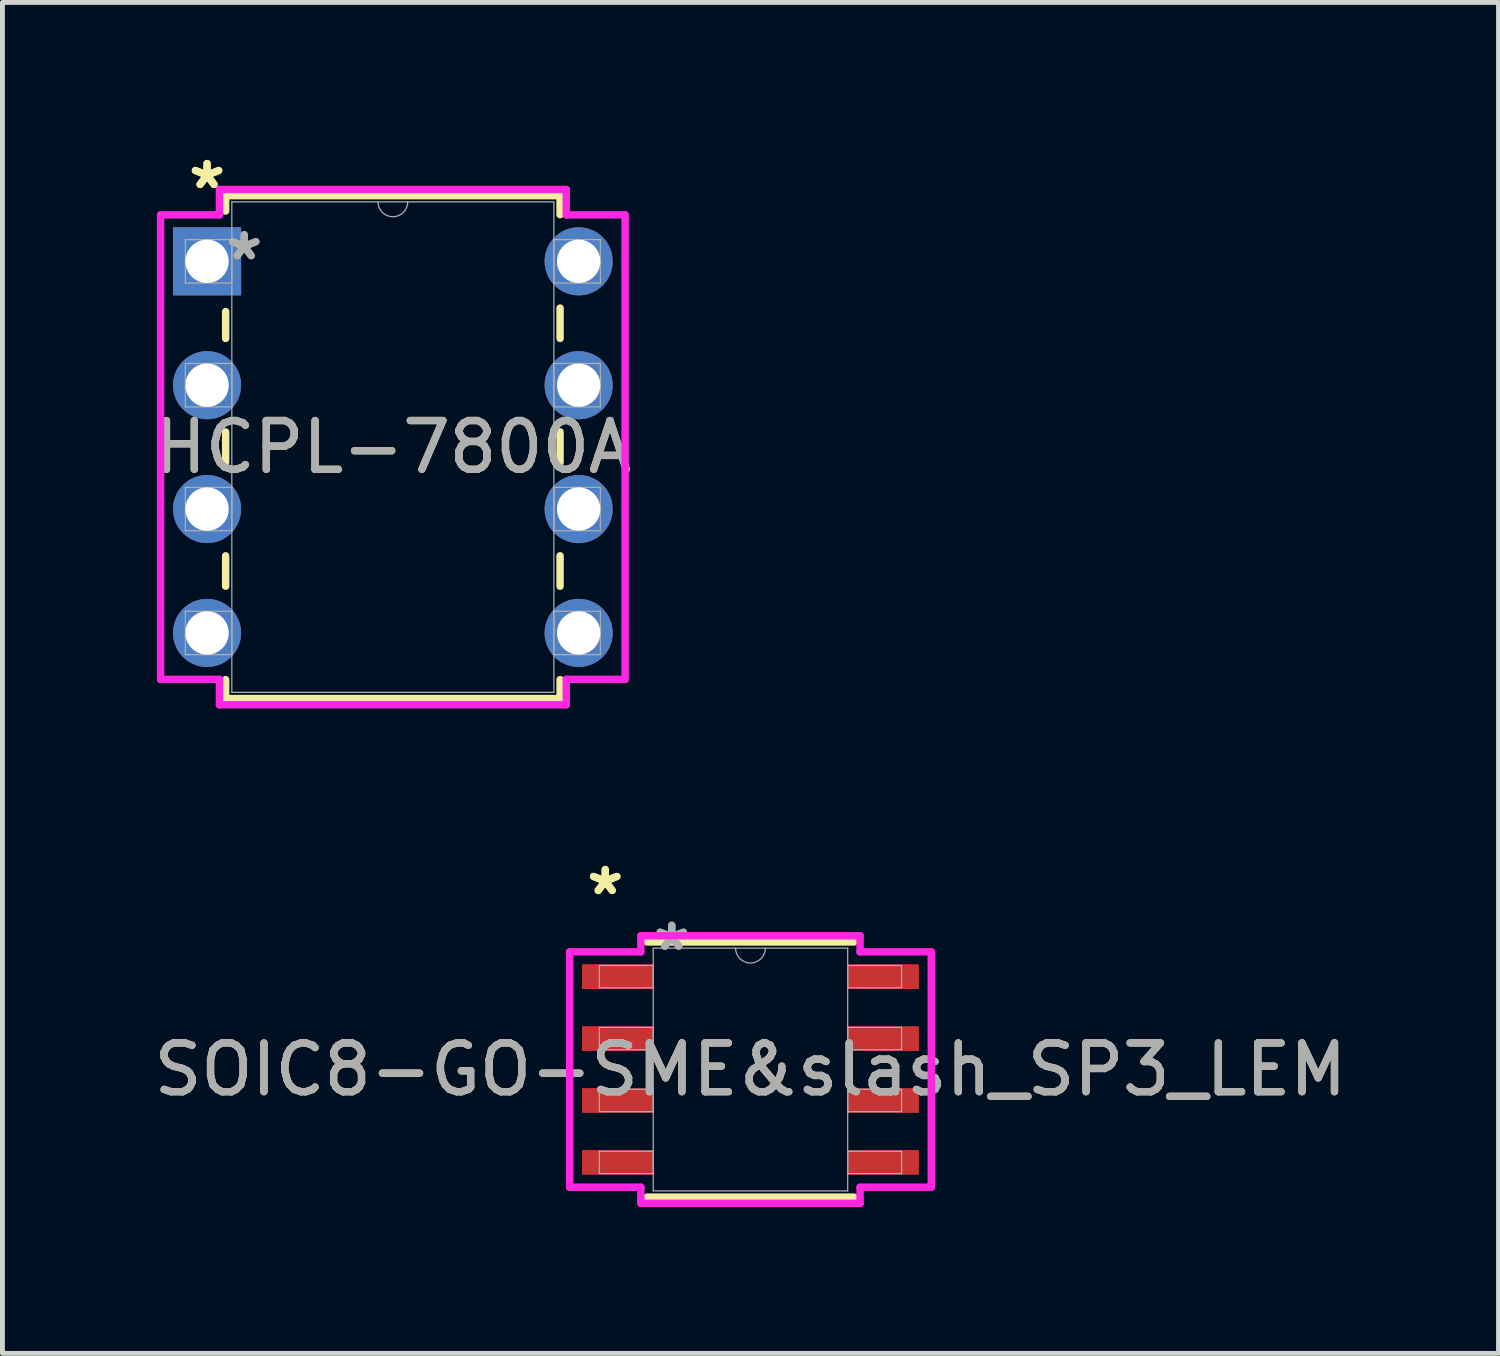
<source format=kicad_pcb>
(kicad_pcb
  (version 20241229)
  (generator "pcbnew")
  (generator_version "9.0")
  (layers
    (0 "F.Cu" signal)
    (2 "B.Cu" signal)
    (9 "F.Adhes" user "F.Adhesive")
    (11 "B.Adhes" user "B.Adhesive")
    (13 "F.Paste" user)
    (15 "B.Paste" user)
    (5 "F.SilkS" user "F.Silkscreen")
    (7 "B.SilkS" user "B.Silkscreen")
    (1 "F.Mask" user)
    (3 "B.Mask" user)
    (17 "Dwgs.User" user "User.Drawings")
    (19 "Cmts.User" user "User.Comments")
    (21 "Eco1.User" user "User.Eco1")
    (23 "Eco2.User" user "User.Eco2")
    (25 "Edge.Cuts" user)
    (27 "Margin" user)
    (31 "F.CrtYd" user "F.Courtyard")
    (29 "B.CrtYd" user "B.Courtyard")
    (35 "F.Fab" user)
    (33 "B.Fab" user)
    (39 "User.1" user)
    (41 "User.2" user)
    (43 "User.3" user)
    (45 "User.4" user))
  (footprint "SOIC8-GO-SME&slash_SP3_LEM"
    (layer "F.Cu")
    (at 12.339 18.882)
    (property "Reference" "SOIC8-GO-SME&slash_SP3_LEM" (at 0 0 0) (unlocked yes) (layer "F.SilkS") (effects (font (size 1 1) (thickness 0.15))))
    (attr smd)
    (fp_line (start -2.121 2.616) (end 2.121 2.616) (stroke (width 0.152) (type solid)) (layer "F.SilkS"))
    (fp_line (start 2.121 -2.616) (end -2.121 -2.616) (stroke (width 0.152) (type solid)) (layer "F.SilkS"))
    (fp_line (start -3.708 -2.413) (end -2.248 -2.413) (stroke (width 0.152) (type solid)) (layer "F.CrtYd"))
    (fp_line (start -3.708 2.413) (end -3.708 -2.413) (stroke (width 0.152) (type solid)) (layer "F.CrtYd"))
    (fp_line (start -3.708 2.413) (end -2.248 2.413) (stroke (width 0.152) (type solid)) (layer "F.CrtYd"))
    (fp_line (start -2.248 -2.743) (end 2.248 -2.743) (stroke (width 0.152) (type solid)) (layer "F.CrtYd"))
    (fp_line (start -2.248 -2.413) (end -2.248 -2.743) (stroke (width 0.152) (type solid)) (layer "F.CrtYd"))
    (fp_line (start -2.248 2.743) (end -2.248 2.413) (stroke (width 0.152) (type solid)) (layer "F.CrtYd"))
    (fp_line (start 2.248 -2.743) (end 2.248 -2.413) (stroke (width 0.152) (type solid)) (layer "F.CrtYd"))
    (fp_line (start 2.248 2.413) (end 2.248 2.743) (stroke (width 0.152) (type solid)) (layer "F.CrtYd"))
    (fp_line (start 2.248 2.743) (end -2.248 2.743) (stroke (width 0.152) (type solid)) (layer "F.CrtYd"))
    (fp_line (start 3.708 -2.413) (end 2.248 -2.413) (stroke (width 0.152) (type solid)) (layer "F.CrtYd"))
    (fp_line (start 3.708 -2.413) (end 3.708 2.413) (stroke (width 0.152) (type solid)) (layer "F.CrtYd"))
    (fp_line (start 3.708 2.413) (end 2.248 2.413) (stroke (width 0.152) (type solid)) (layer "F.CrtYd"))
    (fp_line (start -3.099 -2.134) (end -3.099 -1.676) (stroke (width 0.025) (type solid)) (layer "F.Fab"))
    (fp_line (start -3.099 -1.676) (end -1.994 -1.676) (stroke (width 0.025) (type solid)) (layer "F.Fab"))
    (fp_line (start -3.099 -0.864) (end -3.099 -0.406) (stroke (width 0.025) (type solid)) (layer "F.Fab"))
    (fp_line (start -3.099 -0.406) (end -1.994 -0.406) (stroke (width 0.025) (type solid)) (layer "F.Fab"))
    (fp_line (start -3.099 0.406) (end -3.099 0.864) (stroke (width 0.025) (type solid)) (layer "F.Fab"))
    (fp_line (start -3.099 0.864) (end -1.994 0.864) (stroke (width 0.025) (type solid)) (layer "F.Fab"))
    (fp_line (start -3.099 1.676) (end -3.099 2.134) (stroke (width 0.025) (type solid)) (layer "F.Fab"))
    (fp_line (start -3.099 2.134) (end -1.994 2.134) (stroke (width 0.025) (type solid)) (layer "F.Fab"))
    (fp_line (start -1.994 -2.489) (end -1.994 2.489) (stroke (width 0.025) (type solid)) (layer "F.Fab"))
    (fp_line (start -1.994 -2.134) (end -3.099 -2.134) (stroke (width 0.025) (type solid)) (layer "F.Fab"))
    (fp_line (start -1.994 -1.676) (end -1.994 -2.134) (stroke (width 0.025) (type solid)) (layer "F.Fab"))
    (fp_line (start -1.994 -0.864) (end -3.099 -0.864) (stroke (width 0.025) (type solid)) (layer "F.Fab"))
    (fp_line (start -1.994 -0.406) (end -1.994 -0.864) (stroke (width 0.025) (type solid)) (layer "F.Fab"))
    (fp_line (start -1.994 0.406) (end -3.099 0.406) (stroke (width 0.025) (type solid)) (layer "F.Fab"))
    (fp_line (start -1.994 0.864) (end -1.994 0.406) (stroke (width 0.025) (type solid)) (layer "F.Fab"))
    (fp_line (start -1.994 1.676) (end -3.099 1.676) (stroke (width 0.025) (type solid)) (layer "F.Fab"))
    (fp_line (start -1.994 2.134) (end -1.994 1.676) (stroke (width 0.025) (type solid)) (layer "F.Fab"))
    (fp_line (start -1.994 2.489) (end 1.994 2.489) (stroke (width 0.025) (type solid)) (layer "F.Fab"))
    (fp_line (start 1.994 -2.489) (end -1.994 -2.489) (stroke (width 0.025) (type solid)) (layer "F.Fab"))
    (fp_line (start 1.994 -2.134) (end 1.994 -1.676) (stroke (width 0.025) (type solid)) (layer "F.Fab"))
    (fp_line (start 1.994 -1.676) (end 3.099 -1.676) (stroke (width 0.025) (type solid)) (layer "F.Fab"))
    (fp_line (start 1.994 -0.864) (end 1.994 -0.406) (stroke (width 0.025) (type solid)) (layer "F.Fab"))
    (fp_line (start 1.994 -0.406) (end 3.099 -0.406) (stroke (width 0.025) (type solid)) (layer "F.Fab"))
    (fp_line (start 1.994 0.406) (end 1.994 0.864) (stroke (width 0.025) (type solid)) (layer "F.Fab"))
    (fp_line (start 1.994 0.864) (end 3.099 0.864) (stroke (width 0.025) (type solid)) (layer "F.Fab"))
    (fp_line (start 1.994 1.676) (end 1.994 2.134) (stroke (width 0.025) (type solid)) (layer "F.Fab"))
    (fp_line (start 1.994 2.134) (end 3.099 2.134) (stroke (width 0.025) (type solid)) (layer "F.Fab"))
    (fp_line (start 1.994 2.489) (end 1.994 -2.489) (stroke (width 0.025) (type solid)) (layer "F.Fab"))
    (fp_line (start 3.099 -2.134) (end 1.994 -2.134) (stroke (width 0.025) (type solid)) (layer "F.Fab"))
    (fp_line (start 3.099 -1.676) (end 3.099 -2.134) (stroke (width 0.025) (type solid)) (layer "F.Fab"))
    (fp_line (start 3.099 -0.864) (end 1.994 -0.864) (stroke (width 0.025) (type solid)) (layer "F.Fab"))
    (fp_line (start 3.099 -0.406) (end 3.099 -0.864) (stroke (width 0.025) (type solid)) (layer "F.Fab"))
    (fp_line (start 3.099 0.406) (end 1.994 0.406) (stroke (width 0.025) (type solid)) (layer "F.Fab"))
    (fp_line (start 3.099 0.864) (end 3.099 0.406) (stroke (width 0.025) (type solid)) (layer "F.Fab"))
    (fp_line (start 3.099 1.676) (end 1.994 1.676) (stroke (width 0.025) (type solid)) (layer "F.Fab"))
    (fp_line (start 3.099 2.134) (end 3.099 1.676) (stroke (width 0.025) (type solid)) (layer "F.Fab"))
    (fp_arc (start 0.3048 -2.4892) (mid 0 -2.1844) (end -0.3048 -2.4892) (stroke (width 0.0254) (type solid)) (layer "F.Fab"))
    (fp_text user "*" (at -2.978 -3.556 0) (layer "F.SilkS") (effects (font (size 1 1) (thickness 0.15))))
    (fp_text user "*" (at -2.978 -3.556 0) (unlocked yes) (layer "F.SilkS") (effects (font (size 1 1) (thickness 0.15))))
    (fp_text user "*" (at -1.613 -2.413 0) (unlocked yes) (layer "F.Fab") (effects (font (size 1 1) (thickness 0.15))))
    (fp_text user "*" (at -1.613 -2.413 0) (layer "F.Fab") (effects (font (size 1 1) (thickness 0.15))))
    (fp_text user "${REFERENCE}" (at 0 0 0) (unlocked yes) (layer "F.Fab") (effects (font (size 1 1) (thickness 0.15))))
    (pad "1" smd rect (at -2.724 -1.905) (size 1.46 0.508) (layers "F.Cu" "F.Mask" "F.Paste"))
    (pad "2" smd rect (at -2.724 -0.635) (size 1.46 0.508) (layers "F.Cu" "F.Mask" "F.Paste"))
    (pad "3" smd rect (at -2.724 0.635) (size 1.46 0.508) (layers "F.Cu" "F.Mask" "F.Paste"))
    (pad "4" smd rect (at -2.724 1.905) (size 1.46 0.508) (layers "F.Cu" "F.Mask" "F.Paste"))
    (pad "5" smd rect (at 2.724 1.905) (size 1.46 0.508) (layers "F.Cu" "F.Mask" "F.Paste"))
    (pad "6" smd rect (at 2.724 0.635) (size 1.46 0.508) (layers "F.Cu" "F.Mask" "F.Paste"))
    (pad "7" smd rect (at 2.724 -0.635) (size 1.46 0.508) (layers "F.Cu" "F.Mask" "F.Paste"))
    (pad "8" smd rect (at 2.724 -1.905) (size 1.46 0.508) (layers "F.Cu" "F.Mask" "F.Paste")))
  (footprint "HCPL-7800A"
    (layer "F.Cu")
    (at 1.196 2.309)
    (property "Reference" "HCPL-7800A" (at 3.81 3.81 0) (unlocked yes) (layer "F.SilkS") (effects (font (size 1 1) (thickness 0.15))))
    (attr through_hole)
    (fp_line (start 0.381 -1.346) (end 0.381 -1.031) (stroke (width 0.152) (type solid)) (layer "F.SilkS"))
    (fp_line (start 0.381 1.031) (end 0.381 1.582) (stroke (width 0.152) (type solid)) (layer "F.SilkS"))
    (fp_line (start 0.381 3.498) (end 0.381 4.122) (stroke (width 0.152) (type solid)) (layer "F.SilkS"))
    (fp_line (start 0.381 6.038) (end 0.381 6.662) (stroke (width 0.152) (type solid)) (layer "F.SilkS"))
    (fp_line (start 0.381 8.578) (end 0.381 8.966) (stroke (width 0.152) (type solid)) (layer "F.SilkS"))
    (fp_line (start 0.381 8.966) (end 7.239 8.966) (stroke (width 0.152) (type solid)) (layer "F.SilkS"))
    (fp_line (start 7.239 -1.346) (end 0.381 -1.346) (stroke (width 0.152) (type solid)) (layer "F.SilkS"))
    (fp_line (start 7.239 -0.958) (end 7.239 -1.346) (stroke (width 0.152) (type solid)) (layer "F.SilkS"))
    (fp_line (start 7.239 1.582) (end 7.239 0.958) (stroke (width 0.152) (type solid)) (layer "F.SilkS"))
    (fp_line (start 7.239 4.122) (end 7.239 3.498) (stroke (width 0.152) (type solid)) (layer "F.SilkS"))
    (fp_line (start 7.239 6.662) (end 7.239 6.038) (stroke (width 0.152) (type solid)) (layer "F.SilkS"))
    (fp_line (start 7.239 8.966) (end 7.239 8.578) (stroke (width 0.152) (type solid)) (layer "F.SilkS"))
    (fp_line (start -0.953 -0.953) (end 0.254 -0.953) (stroke (width 0.152) (type solid)) (layer "F.CrtYd"))
    (fp_line (start -0.953 8.572) (end -0.953 -0.953) (stroke (width 0.152) (type solid)) (layer "F.CrtYd"))
    (fp_line (start 0.254 -1.473) (end 7.366 -1.473) (stroke (width 0.152) (type solid)) (layer "F.CrtYd"))
    (fp_line (start 0.254 -0.953) (end 0.254 -1.473) (stroke (width 0.152) (type solid)) (layer "F.CrtYd"))
    (fp_line (start 0.254 8.572) (end -0.953 8.572) (stroke (width 0.152) (type solid)) (layer "F.CrtYd"))
    (fp_line (start 0.254 9.093) (end 0.254 8.572) (stroke (width 0.152) (type solid)) (layer "F.CrtYd"))
    (fp_line (start 7.366 -1.473) (end 7.366 -0.953) (stroke (width 0.152) (type solid)) (layer "F.CrtYd"))
    (fp_line (start 7.366 8.572) (end 7.366 9.093) (stroke (width 0.152) (type solid)) (layer "F.CrtYd"))
    (fp_line (start 7.366 9.093) (end 0.254 9.093) (stroke (width 0.152) (type solid)) (layer "F.CrtYd"))
    (fp_line (start 8.572 -0.953) (end 7.366 -0.953) (stroke (width 0.152) (type solid)) (layer "F.CrtYd"))
    (fp_line (start 8.572 -0.953) (end 8.572 8.572) (stroke (width 0.152) (type solid)) (layer "F.CrtYd"))
    (fp_line (start 8.572 8.572) (end 7.366 8.572) (stroke (width 0.152) (type solid)) (layer "F.CrtYd"))
    (fp_line (start -0.445 -0.445) (end -0.445 0.445) (stroke (width 0.025) (type solid)) (layer "F.Fab"))
    (fp_line (start -0.445 0.445) (end 0.508 0.445) (stroke (width 0.025) (type solid)) (layer "F.Fab"))
    (fp_line (start -0.445 2.095) (end -0.445 2.985) (stroke (width 0.025) (type solid)) (layer "F.Fab"))
    (fp_line (start -0.445 2.985) (end 0.508 2.985) (stroke (width 0.025) (type solid)) (layer "F.Fab"))
    (fp_line (start -0.445 4.636) (end -0.445 5.524) (stroke (width 0.025) (type solid)) (layer "F.Fab"))
    (fp_line (start -0.445 5.524) (end 0.508 5.524) (stroke (width 0.025) (type solid)) (layer "F.Fab"))
    (fp_line (start -0.445 7.176) (end -0.445 8.065) (stroke (width 0.025) (type solid)) (layer "F.Fab"))
    (fp_line (start -0.445 8.065) (end 0.508 8.065) (stroke (width 0.025) (type solid)) (layer "F.Fab"))
    (fp_line (start 0.508 -1.219) (end 0.508 8.839) (stroke (width 0.025) (type solid)) (layer "F.Fab"))
    (fp_line (start 0.508 -0.445) (end -0.445 -0.445) (stroke (width 0.025) (type solid)) (layer "F.Fab"))
    (fp_line (start 0.508 0.445) (end 0.508 -0.445) (stroke (width 0.025) (type solid)) (layer "F.Fab"))
    (fp_line (start 0.508 2.095) (end -0.445 2.095) (stroke (width 0.025) (type solid)) (layer "F.Fab"))
    (fp_line (start 0.508 2.985) (end 0.508 2.095) (stroke (width 0.025) (type solid)) (layer "F.Fab"))
    (fp_line (start 0.508 4.636) (end -0.445 4.636) (stroke (width 0.025) (type solid)) (layer "F.Fab"))
    (fp_line (start 0.508 5.524) (end 0.508 4.636) (stroke (width 0.025) (type solid)) (layer "F.Fab"))
    (fp_line (start 0.508 7.176) (end -0.445 7.176) (stroke (width 0.025) (type solid)) (layer "F.Fab"))
    (fp_line (start 0.508 8.065) (end 0.508 7.176) (stroke (width 0.025) (type solid)) (layer "F.Fab"))
    (fp_line (start 0.508 8.839) (end 7.112 8.839) (stroke (width 0.025) (type solid)) (layer "F.Fab"))
    (fp_line (start 7.112 -1.219) (end 0.508 -1.219) (stroke (width 0.025) (type solid)) (layer "F.Fab"))
    (fp_line (start 7.112 -0.445) (end 7.112 0.445) (stroke (width 0.025) (type solid)) (layer "F.Fab"))
    (fp_line (start 7.112 0.445) (end 8.065 0.445) (stroke (width 0.025) (type solid)) (layer "F.Fab"))
    (fp_line (start 7.112 2.095) (end 7.112 2.985) (stroke (width 0.025) (type solid)) (layer "F.Fab"))
    (fp_line (start 7.112 2.985) (end 8.065 2.985) (stroke (width 0.025) (type solid)) (layer "F.Fab"))
    (fp_line (start 7.112 4.636) (end 7.112 5.524) (stroke (width 0.025) (type solid)) (layer "F.Fab"))
    (fp_line (start 7.112 5.524) (end 8.065 5.524) (stroke (width 0.025) (type solid)) (layer "F.Fab"))
    (fp_line (start 7.112 7.176) (end 7.112 8.065) (stroke (width 0.025) (type solid)) (layer "F.Fab"))
    (fp_line (start 7.112 8.065) (end 8.065 8.065) (stroke (width 0.025) (type solid)) (layer "F.Fab"))
    (fp_line (start 7.112 8.839) (end 7.112 -1.219) (stroke (width 0.025) (type solid)) (layer "F.Fab"))
    (fp_line (start 8.065 -0.445) (end 7.112 -0.445) (stroke (width 0.025) (type solid)) (layer "F.Fab"))
    (fp_line (start 8.065 0.445) (end 8.065 -0.445) (stroke (width 0.025) (type solid)) (layer "F.Fab"))
    (fp_line (start 8.065 2.095) (end 7.112 2.095) (stroke (width 0.025) (type solid)) (layer "F.Fab"))
    (fp_line (start 8.065 2.985) (end 8.065 2.095) (stroke (width 0.025) (type solid)) (layer "F.Fab"))
    (fp_line (start 8.065 4.636) (end 7.112 4.636) (stroke (width 0.025) (type solid)) (layer "F.Fab"))
    (fp_line (start 8.065 5.524) (end 8.065 4.636) (stroke (width 0.025) (type solid)) (layer "F.Fab"))
    (fp_line (start 8.065 7.176) (end 7.112 7.176) (stroke (width 0.025) (type solid)) (layer "F.Fab"))
    (fp_line (start 8.065 8.065) (end 8.065 7.176) (stroke (width 0.025) (type solid)) (layer "F.Fab"))
    (fp_arc (start 4.1148 -1.2192) (mid 3.81 -0.9144) (end 3.5052 -1.2192) (stroke (width 0.0254) (type solid)) (layer "F.Fab"))
    (fp_text user "*" (at 0 -1.46 0) (unlocked yes) (layer "F.SilkS") (effects (font (size 1 1) (thickness 0.15))))
    (fp_text user "*" (at 0 -1.46 0) (layer "F.SilkS") (effects (font (size 1 1) (thickness 0.15))))
    (fp_text user "*" (at 0.762 0 0) (layer "F.Fab") (effects (font (size 1 1) (thickness 0.15))))
    (fp_text user "*" (at 0.762 0 0) (unlocked yes) (layer "F.Fab") (effects (font (size 1 1) (thickness 0.15))))
    (fp_text user "${REFERENCE}" (at 3.81 3.81 0) (unlocked yes) (layer "F.Fab") (effects (font (size 1 1) (thickness 0.15))))
    (pad "1" thru_hole rect (at 0 0) (size 1.397 1.397) (drill 0.889) (layers "*.Cu" "*.Mask"))
    (pad "2" thru_hole circle (at 0 2.54) (size 1.397 1.397) (drill 0.889) (layers "*.Cu" "*.Mask"))
    (pad "3" thru_hole circle (at 0 5.08) (size 1.397 1.397) (drill 0.889) (layers "*.Cu" "*.Mask"))
    (pad "4" thru_hole circle (at 0 7.62) (size 1.397 1.397) (drill 0.889) (layers "*.Cu" "*.Mask"))
    (pad "5" thru_hole circle (at 7.62 7.62) (size 1.397 1.397) (drill 0.889) (layers "*.Cu" "*.Mask"))
    (pad "6" thru_hole circle (at 7.62 5.08) (size 1.397 1.397) (drill 0.889) (layers "*.Cu" "*.Mask"))
    (pad "7" thru_hole circle (at 7.62 2.54) (size 1.397 1.397) (drill 0.889) (layers "*.Cu" "*.Mask"))
    (pad "8" thru_hole circle (at 7.62 0) (size 1.397 1.397) (drill 0.889) (layers "*.Cu" "*.Mask")))
  (gr_rect
    (start -3 -3)
    (end 27.679 24.702)
    (stroke (width 0.1) (type default))
    (fill no)
    (layer "Edge.Cuts")))
</source>
